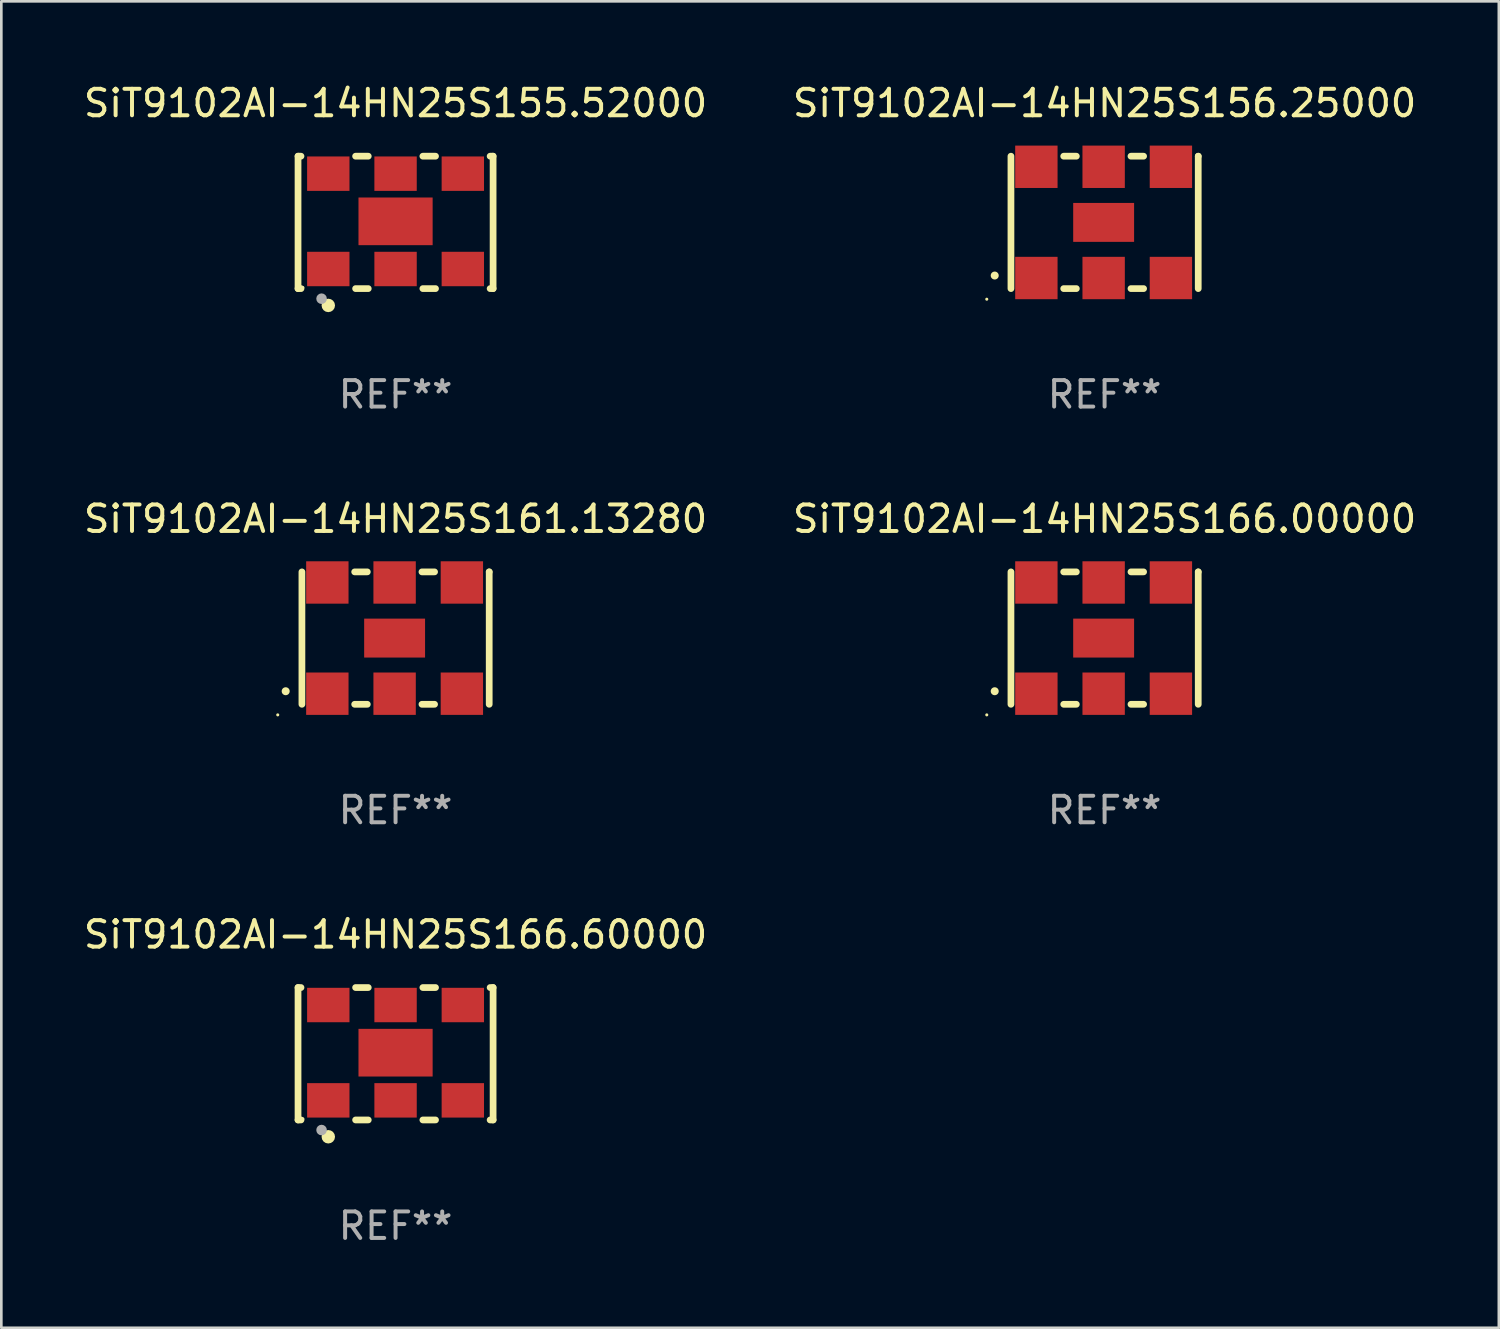
<source format=kicad_pcb>
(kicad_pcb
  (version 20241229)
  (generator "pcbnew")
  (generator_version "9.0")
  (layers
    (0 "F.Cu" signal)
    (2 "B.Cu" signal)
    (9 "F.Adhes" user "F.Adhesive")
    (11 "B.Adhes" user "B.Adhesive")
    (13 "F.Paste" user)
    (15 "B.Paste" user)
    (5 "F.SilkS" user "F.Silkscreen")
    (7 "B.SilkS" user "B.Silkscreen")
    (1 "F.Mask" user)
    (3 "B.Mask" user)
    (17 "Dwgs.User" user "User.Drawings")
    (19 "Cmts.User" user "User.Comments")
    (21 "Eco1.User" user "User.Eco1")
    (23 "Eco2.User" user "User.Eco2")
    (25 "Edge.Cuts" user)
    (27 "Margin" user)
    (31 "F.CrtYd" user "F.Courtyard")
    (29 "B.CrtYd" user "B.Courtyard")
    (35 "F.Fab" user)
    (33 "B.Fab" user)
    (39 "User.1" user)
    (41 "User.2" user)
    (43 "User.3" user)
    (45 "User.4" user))
  (footprint "SiT9102AI-14HN25S161.13280"
    (layer "F.Cu")
    (at 11.887 21.045)
    (property "Reference" "SiT9102AI-14HN25S161.13280" (at 0 -4.5 0) (layer "F.SilkS") (effects (font (size 1 1) (thickness 0.15))))
    (attr through_hole)
    (fp_line (start -3.536 -2.5) (end -3.536 2.5) (stroke (width 0.254) (type solid)) (layer "F.SilkS"))
    (fp_line (start -1.544 2.5) (end -1.067 2.5) (stroke (width 0.254) (type solid)) (layer "F.SilkS"))
    (fp_line (start -1.067 -2.5) (end -1.544 -2.5) (stroke (width 0.254) (type solid)) (layer "F.SilkS"))
    (fp_line (start 0.996 2.5) (end 1.473 2.5) (stroke (width 0.254) (type solid)) (layer "F.SilkS"))
    (fp_line (start 1.473 -2.5) (end 0.996 -2.5) (stroke (width 0.254) (type solid)) (layer "F.SilkS"))
    (fp_line (start 3.536 -2.5) (end 3.536 -2.5) (stroke (width 0.254) (type solid)) (layer "F.SilkS"))
    (fp_line (start 3.536 2.5) (end 3.536 -2.5) (stroke (width 0.254) (type solid)) (layer "F.SilkS"))
    (fp_arc (start -4.150432 2.006604) (mid -4.149162 2.006599) (end -4.147892 2.006604) (stroke (width 0.3) (type solid)) (layer "F.SilkS"))
    (fp_circle (center -4.449 2.9) (end -4.419 2.9) (stroke (width 0.06) (type solid)) (fill no) (layer "F.SilkS"))
    (fp_text user "REF**" (at 0 6.5 0) (layer "F.Fab") (effects (font (size 1 1) (thickness 0.15))))
    (pad "1" smd rect (at -2.576 2.1) (size 1.6 1.6) (layers "F.Cu" "F.Mask" "F.Paste"))
    (pad "2" smd rect (at -0.036 2.1) (size 1.6 1.6) (layers "F.Cu" "F.Mask" "F.Paste"))
    (pad "3" smd rect (at 2.504 2.1) (size 1.6 1.6) (layers "F.Cu" "F.Mask" "F.Paste"))
    (pad "4" smd rect (at 2.504 -2.1) (size 1.6 1.6) (layers "F.Cu" "F.Mask" "F.Paste"))
    (pad "5" smd rect (at -0.036 -2.1) (size 1.6 1.6) (layers "F.Cu" "F.Mask" "F.Paste"))
    (pad "6" smd rect (at -2.576 -2.1) (size 1.6 1.6) (layers "F.Cu" "F.Mask" "F.Paste"))
    (pad "7" smd rect (at -0.036 0) (size 2.3 1.47) (layers "F.Cu" "F.Mask" "F.Paste")))
  (footprint "SiT9102AI-14HN25S166.00000"
    (layer "F.Cu")
    (at 38.661 21.045)
    (property "Reference" "SiT9102AI-14HN25S166.00000" (at 0 -4.5 0) (layer "F.SilkS") (effects (font (size 1 1) (thickness 0.15))))
    (attr through_hole)
    (fp_line (start -3.536 -2.5) (end -3.536 2.5) (stroke (width 0.254) (type solid)) (layer "F.SilkS"))
    (fp_line (start -1.544 2.5) (end -1.067 2.5) (stroke (width 0.254) (type solid)) (layer "F.SilkS"))
    (fp_line (start -1.067 -2.5) (end -1.544 -2.5) (stroke (width 0.254) (type solid)) (layer "F.SilkS"))
    (fp_line (start 0.996 2.5) (end 1.473 2.5) (stroke (width 0.254) (type solid)) (layer "F.SilkS"))
    (fp_line (start 1.473 -2.5) (end 0.996 -2.5) (stroke (width 0.254) (type solid)) (layer "F.SilkS"))
    (fp_line (start 3.536 -2.5) (end 3.536 -2.5) (stroke (width 0.254) (type solid)) (layer "F.SilkS"))
    (fp_line (start 3.536 2.5) (end 3.536 -2.5) (stroke (width 0.254) (type solid)) (layer "F.SilkS"))
    (fp_arc (start -4.150432 2.006604) (mid -4.149162 2.006599) (end -4.147892 2.006604) (stroke (width 0.3) (type solid)) (layer "F.SilkS"))
    (fp_circle (center -4.449 2.9) (end -4.419 2.9) (stroke (width 0.06) (type solid)) (fill no) (layer "F.SilkS"))
    (fp_text user "REF**" (at 0 6.5 0) (layer "F.Fab") (effects (font (size 1 1) (thickness 0.15))))
    (pad "1" smd rect (at -2.576 2.1) (size 1.6 1.6) (layers "F.Cu" "F.Mask" "F.Paste"))
    (pad "2" smd rect (at -0.036 2.1) (size 1.6 1.6) (layers "F.Cu" "F.Mask" "F.Paste"))
    (pad "3" smd rect (at 2.504 2.1) (size 1.6 1.6) (layers "F.Cu" "F.Mask" "F.Paste"))
    (pad "4" smd rect (at 2.504 -2.1) (size 1.6 1.6) (layers "F.Cu" "F.Mask" "F.Paste"))
    (pad "5" smd rect (at -0.036 -2.1) (size 1.6 1.6) (layers "F.Cu" "F.Mask" "F.Paste"))
    (pad "6" smd rect (at -2.576 -2.1) (size 1.6 1.6) (layers "F.Cu" "F.Mask" "F.Paste"))
    (pad "7" smd rect (at -0.036 0) (size 2.3 1.47) (layers "F.Cu" "F.Mask" "F.Paste")))
  (footprint "SiT9102AI-14HN25S166.60000"
    (layer "F.Cu")
    (at 11.887 36.741)
    (property "Reference" "SiT9102AI-14HN25S166.60000" (at 0 -4.5 0) (layer "F.SilkS") (effects (font (size 1 1) (thickness 0.15))))
    (attr through_hole)
    (fp_line (start -3.683 -2.5) (end -3.571 -2.5) (stroke (width 0.254) (type solid)) (layer "F.SilkS"))
    (fp_line (start -3.683 2.5) (end -3.683 -2.5) (stroke (width 0.254) (type solid)) (layer "F.SilkS"))
    (fp_line (start -3.683 2.5) (end -3.571 2.5) (stroke (width 0.254) (type solid)) (layer "F.SilkS"))
    (fp_line (start -1.509 -2.5) (end -1.031 -2.5) (stroke (width 0.254) (type solid)) (layer "F.SilkS"))
    (fp_line (start -1.509 2.5) (end -1.031 2.5) (stroke (width 0.254) (type solid)) (layer "F.SilkS"))
    (fp_line (start 1.031 -2.5) (end 1.509 -2.5) (stroke (width 0.254) (type solid)) (layer "F.SilkS"))
    (fp_line (start 1.031 2.5) (end 1.509 2.5) (stroke (width 0.254) (type solid)) (layer "F.SilkS"))
    (fp_line (start 3.571 -2.5) (end 3.683 -2.5) (stroke (width 0.254) (type solid)) (layer "F.SilkS"))
    (fp_line (start 3.571 2.5) (end 3.683 2.5) (stroke (width 0.254) (type solid)) (layer "F.SilkS"))
    (fp_line (start 3.683 2.5) (end 3.683 -2.5) (stroke (width 0.254) (type solid)) (layer "F.SilkS"))
    (fp_circle (center -3.5 2.46) (end -3.47 2.46) (stroke (width 0.06) (type solid)) (fill no) (layer "F.SilkS"))
    (fp_circle (center -2.54 3.135) (end -2.413 3.135) (stroke (width 0.254) (type solid)) (fill no) (layer "F.SilkS"))
    (fp_circle (center -2.794 2.881) (end -2.694 2.881) (stroke (width 0.2) (type solid)) (fill no) (layer "F.Fab"))
    (fp_text user "REF**" (at 0 6.5 0) (layer "F.Fab") (effects (font (size 1 1) (thickness 0.15))))
    (pad "1" smd rect (at -2.54 1.76) (size 1.6 1.3) (layers "F.Cu" "F.Mask" "F.Paste"))
    (pad "2" smd rect (at 0 1.76) (size 1.6 1.3) (layers "F.Cu" "F.Mask" "F.Paste"))
    (pad "3" smd rect (at 2.54 1.76) (size 1.6 1.3) (layers "F.Cu" "F.Mask" "F.Paste"))
    (pad "4" smd rect (at 2.54 -1.84) (size 1.6 1.3) (layers "F.Cu" "F.Mask" "F.Paste"))
    (pad "5" smd rect (at 0 -1.84) (size 1.6 1.3) (layers "F.Cu" "F.Mask" "F.Paste"))
    (pad "6" smd rect (at -2.54 -1.84) (size 1.6 1.3) (layers "F.Cu" "F.Mask" "F.Paste"))
    (pad "7" smd rect (at 0 -0.04) (size 2.8 1.8) (layers "F.Cu" "F.Mask" "F.Paste")))
  (footprint "SiT9102AI-14HN25S156.25000"
    (layer "F.Cu")
    (at 38.661 5.348)
    (property "Reference" "SiT9102AI-14HN25S156.25000" (at 0 -4.5 0) (layer "F.SilkS") (effects (font (size 1 1) (thickness 0.15))))
    (attr through_hole)
    (fp_line (start -3.536 -2.5) (end -3.536 2.5) (stroke (width 0.254) (type solid)) (layer "F.SilkS"))
    (fp_line (start -1.544 2.5) (end -1.067 2.5) (stroke (width 0.254) (type solid)) (layer "F.SilkS"))
    (fp_line (start -1.067 -2.5) (end -1.544 -2.5) (stroke (width 0.254) (type solid)) (layer "F.SilkS"))
    (fp_line (start 0.996 2.5) (end 1.473 2.5) (stroke (width 0.254) (type solid)) (layer "F.SilkS"))
    (fp_line (start 1.473 -2.5) (end 0.996 -2.5) (stroke (width 0.254) (type solid)) (layer "F.SilkS"))
    (fp_line (start 3.536 -2.5) (end 3.536 -2.5) (stroke (width 0.254) (type solid)) (layer "F.SilkS"))
    (fp_line (start 3.536 2.5) (end 3.536 -2.5) (stroke (width 0.254) (type solid)) (layer "F.SilkS"))
    (fp_arc (start -4.150432 2.006604) (mid -4.149162 2.006599) (end -4.147892 2.006604) (stroke (width 0.3) (type solid)) (layer "F.SilkS"))
    (fp_circle (center -4.449 2.9) (end -4.419 2.9) (stroke (width 0.06) (type solid)) (fill no) (layer "F.SilkS"))
    (fp_text user "REF**" (at 0 6.5 0) (layer "F.Fab") (effects (font (size 1 1) (thickness 0.15))))
    (pad "1" smd rect (at -2.576 2.1) (size 1.6 1.6) (layers "F.Cu" "F.Mask" "F.Paste"))
    (pad "2" smd rect (at -0.036 2.1) (size 1.6 1.6) (layers "F.Cu" "F.Mask" "F.Paste"))
    (pad "3" smd rect (at 2.504 2.1) (size 1.6 1.6) (layers "F.Cu" "F.Mask" "F.Paste"))
    (pad "4" smd rect (at 2.504 -2.1) (size 1.6 1.6) (layers "F.Cu" "F.Mask" "F.Paste"))
    (pad "5" smd rect (at -0.036 -2.1) (size 1.6 1.6) (layers "F.Cu" "F.Mask" "F.Paste"))
    (pad "6" smd rect (at -2.576 -2.1) (size 1.6 1.6) (layers "F.Cu" "F.Mask" "F.Paste"))
    (pad "7" smd rect (at -0.036 0) (size 2.3 1.47) (layers "F.Cu" "F.Mask" "F.Paste")))
  (footprint "SiT9102AI-14HN25S155.52000"
    (layer "F.Cu")
    (at 11.887 5.348)
    (property "Reference" "SiT9102AI-14HN25S155.52000" (at 0 -4.5 0) (layer "F.SilkS") (effects (font (size 1 1) (thickness 0.15))))
    (attr through_hole)
    (fp_line (start -3.683 -2.5) (end -3.571 -2.5) (stroke (width 0.254) (type solid)) (layer "F.SilkS"))
    (fp_line (start -3.683 2.5) (end -3.683 -2.5) (stroke (width 0.254) (type solid)) (layer "F.SilkS"))
    (fp_line (start -3.683 2.5) (end -3.571 2.5) (stroke (width 0.254) (type solid)) (layer "F.SilkS"))
    (fp_line (start -1.509 -2.5) (end -1.031 -2.5) (stroke (width 0.254) (type solid)) (layer "F.SilkS"))
    (fp_line (start -1.509 2.5) (end -1.031 2.5) (stroke (width 0.254) (type solid)) (layer "F.SilkS"))
    (fp_line (start 1.031 -2.5) (end 1.509 -2.5) (stroke (width 0.254) (type solid)) (layer "F.SilkS"))
    (fp_line (start 1.031 2.5) (end 1.509 2.5) (stroke (width 0.254) (type solid)) (layer "F.SilkS"))
    (fp_line (start 3.571 -2.5) (end 3.683 -2.5) (stroke (width 0.254) (type solid)) (layer "F.SilkS"))
    (fp_line (start 3.571 2.5) (end 3.683 2.5) (stroke (width 0.254) (type solid)) (layer "F.SilkS"))
    (fp_line (start 3.683 2.5) (end 3.683 -2.5) (stroke (width 0.254) (type solid)) (layer "F.SilkS"))
    (fp_circle (center -3.5 2.46) (end -3.47 2.46) (stroke (width 0.06) (type solid)) (fill no) (layer "F.SilkS"))
    (fp_circle (center -2.54 3.135) (end -2.413 3.135) (stroke (width 0.254) (type solid)) (fill no) (layer "F.SilkS"))
    (fp_circle (center -2.794 2.881) (end -2.694 2.881) (stroke (width 0.2) (type solid)) (fill no) (layer "F.Fab"))
    (fp_text user "REF**" (at 0 6.5 0) (layer "F.Fab") (effects (font (size 1 1) (thickness 0.15))))
    (pad "1" smd rect (at -2.54 1.76) (size 1.6 1.3) (layers "F.Cu" "F.Mask" "F.Paste"))
    (pad "2" smd rect (at 0 1.76) (size 1.6 1.3) (layers "F.Cu" "F.Mask" "F.Paste"))
    (pad "3" smd rect (at 2.54 1.76) (size 1.6 1.3) (layers "F.Cu" "F.Mask" "F.Paste"))
    (pad "4" smd rect (at 2.54 -1.84) (size 1.6 1.3) (layers "F.Cu" "F.Mask" "F.Paste"))
    (pad "5" smd rect (at 0 -1.84) (size 1.6 1.3) (layers "F.Cu" "F.Mask" "F.Paste"))
    (pad "6" smd rect (at -2.54 -1.84) (size 1.6 1.3) (layers "F.Cu" "F.Mask" "F.Paste"))
    (pad "7" smd rect (at 0 -0.04) (size 2.8 1.8) (layers "F.Cu" "F.Mask" "F.Paste")))
  (gr_rect
    (start -3 -3)
    (end 53.548 47.09)
    (stroke (width 0.1) (type default))
    (fill no)
    (layer "Edge.Cuts")))
</source>
